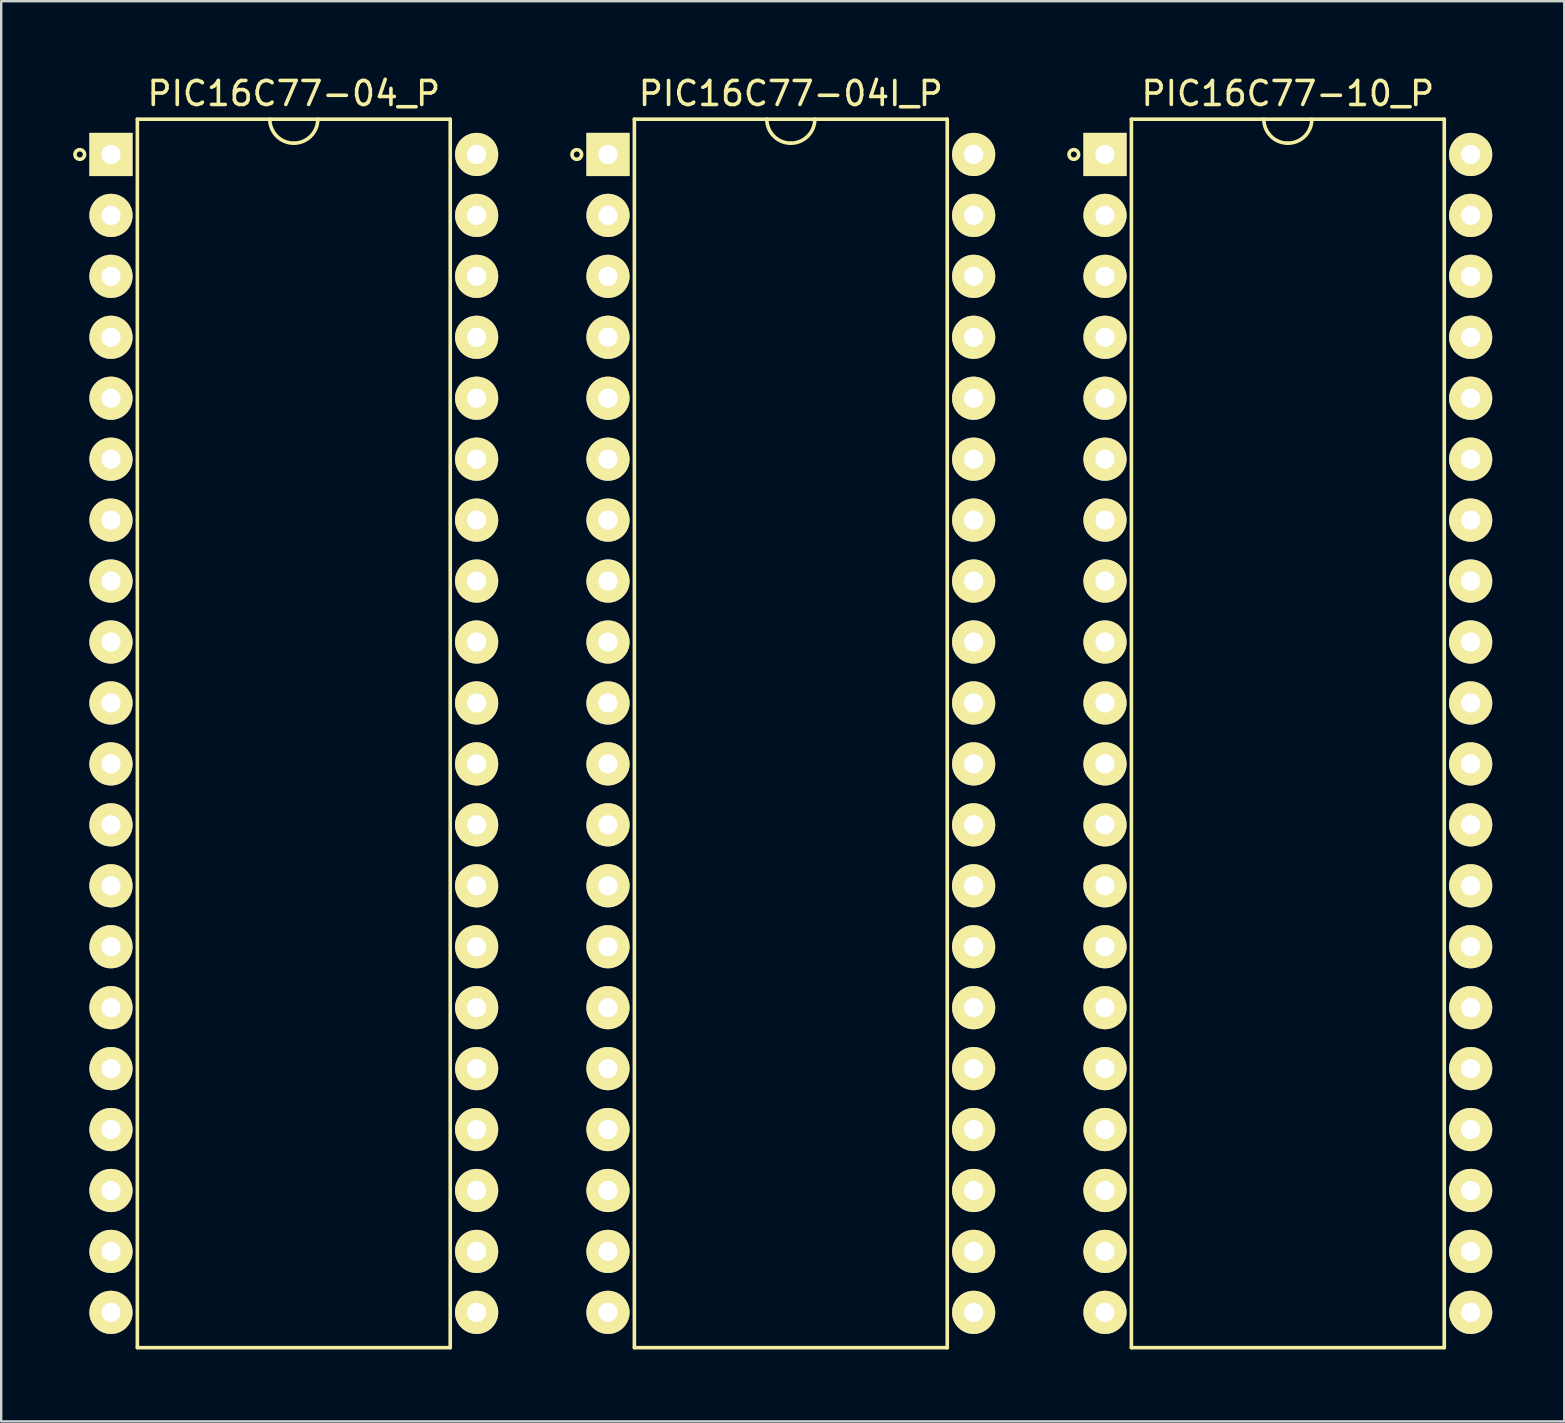
<source format=kicad_pcb>
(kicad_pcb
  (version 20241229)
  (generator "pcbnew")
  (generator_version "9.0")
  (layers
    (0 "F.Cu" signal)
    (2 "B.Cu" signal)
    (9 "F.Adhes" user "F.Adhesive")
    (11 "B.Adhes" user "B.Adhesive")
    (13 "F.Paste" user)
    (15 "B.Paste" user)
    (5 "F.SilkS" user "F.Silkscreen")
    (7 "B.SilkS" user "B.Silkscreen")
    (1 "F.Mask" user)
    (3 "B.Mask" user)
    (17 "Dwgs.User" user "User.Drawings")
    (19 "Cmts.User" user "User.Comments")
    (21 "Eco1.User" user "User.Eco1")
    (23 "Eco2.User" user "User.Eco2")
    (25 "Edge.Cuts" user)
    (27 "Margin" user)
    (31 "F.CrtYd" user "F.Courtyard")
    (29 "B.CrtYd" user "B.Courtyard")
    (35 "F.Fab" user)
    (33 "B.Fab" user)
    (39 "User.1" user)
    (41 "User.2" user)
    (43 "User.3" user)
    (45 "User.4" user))
  (footprint "PIC16C77-04_P"
    (layer "F.Cu")
    (at 1.575 3.388)
    (property "Reference" "PIC16C77-04_P" (at 7.62 -2.54 0) (layer "F.SilkS") (effects (font (size 1 1) (thickness 0.15))))
    (attr through_hole)
    (fp_line (start 1.1 -1.47) (end 14.14 -1.47) (stroke (width 0.15) (type solid)) (layer "F.SilkS"))
    (fp_line (start 1.1 49.73) (end 1.1 -1.47) (stroke (width 0.15) (type solid)) (layer "F.SilkS"))
    (fp_line (start 14.14 -1.47) (end 14.14 49.73) (stroke (width 0.15) (type solid)) (layer "F.SilkS"))
    (fp_line (start 14.14 49.73) (end 1.1 49.73) (stroke (width 0.15) (type solid)) (layer "F.SilkS"))
    (fp_arc (start 7.62 -0.47) (mid 6.912893 -0.762893) (end 6.62 -1.47) (stroke (width 0.15) (type solid)) (layer "F.SilkS"))
    (fp_arc (start 8.62 -1.47) (mid 8.327107 -0.762893) (end 7.62 -0.47) (stroke (width 0.15) (type solid)) (layer "F.SilkS"))
    (fp_circle (center -1.3 0) (end -1.3 0.2) (stroke (width 0.15) (type solid)) (fill no) (layer "F.SilkS"))
    (pad "1" thru_hole rect (at 0 0) (size 1.8 1.8) (drill 0.8) (layers "*.Cu" "*.Mask" "F.SilkS"))
    (pad "2" thru_hole circle (at 0 2.54) (size 1.8 1.8) (drill 0.8) (layers "*.Cu" "*.Mask" "F.SilkS"))
    (pad "3" thru_hole circle (at 0 5.08) (size 1.8 1.8) (drill 0.8) (layers "*.Cu" "*.Mask" "F.SilkS"))
    (pad "4" thru_hole circle (at 0 7.62) (size 1.8 1.8) (drill 0.8) (layers "*.Cu" "*.Mask" "F.SilkS"))
    (pad "5" thru_hole circle (at 0 10.16) (size 1.8 1.8) (drill 0.8) (layers "*.Cu" "*.Mask" "F.SilkS"))
    (pad "6" thru_hole circle (at 0 12.7) (size 1.8 1.8) (drill 0.8) (layers "*.Cu" "*.Mask" "F.SilkS"))
    (pad "7" thru_hole circle (at 0 15.24) (size 1.8 1.8) (drill 0.8) (layers "*.Cu" "*.Mask" "F.SilkS"))
    (pad "8" thru_hole circle (at 0 17.78) (size 1.8 1.8) (drill 0.8) (layers "*.Cu" "*.Mask" "F.SilkS"))
    (pad "9" thru_hole circle (at 0 20.32) (size 1.8 1.8) (drill 0.8) (layers "*.Cu" "*.Mask" "F.SilkS"))
    (pad "10" thru_hole circle (at 0 22.86) (size 1.8 1.8) (drill 0.8) (layers "*.Cu" "*.Mask" "F.SilkS"))
    (pad "11" thru_hole circle (at 0 25.4) (size 1.8 1.8) (drill 0.8) (layers "*.Cu" "*.Mask" "F.SilkS"))
    (pad "12" thru_hole circle (at 0 27.94) (size 1.8 1.8) (drill 0.8) (layers "*.Cu" "*.Mask" "F.SilkS"))
    (pad "13" thru_hole circle (at 0 30.48) (size 1.8 1.8) (drill 0.8) (layers "*.Cu" "*.Mask" "F.SilkS"))
    (pad "14" thru_hole circle (at 0 33.02) (size 1.8 1.8) (drill 0.8) (layers "*.Cu" "*.Mask" "F.SilkS"))
    (pad "15" thru_hole circle (at 0 35.56) (size 1.8 1.8) (drill 0.8) (layers "*.Cu" "*.Mask" "F.SilkS"))
    (pad "16" thru_hole circle (at 0 38.1) (size 1.8 1.8) (drill 0.8) (layers "*.Cu" "*.Mask" "F.SilkS"))
    (pad "17" thru_hole circle (at 0 40.64) (size 1.8 1.8) (drill 0.8) (layers "*.Cu" "*.Mask" "F.SilkS"))
    (pad "18" thru_hole circle (at 0 43.18) (size 1.8 1.8) (drill 0.8) (layers "*.Cu" "*.Mask" "F.SilkS"))
    (pad "19" thru_hole circle (at 0 45.72) (size 1.8 1.8) (drill 0.8) (layers "*.Cu" "*.Mask" "F.SilkS"))
    (pad "20" thru_hole circle (at 0 48.26) (size 1.8 1.8) (drill 0.8) (layers "*.Cu" "*.Mask" "F.SilkS"))
    (pad "21" thru_hole circle (at 15.24 48.26) (size 1.8 1.8) (drill 0.8) (layers "*.Cu" "*.Mask" "F.SilkS"))
    (pad "22" thru_hole circle (at 15.24 45.72) (size 1.8 1.8) (drill 0.8) (layers "*.Cu" "*.Mask" "F.SilkS"))
    (pad "23" thru_hole circle (at 15.24 43.18) (size 1.8 1.8) (drill 0.8) (layers "*.Cu" "*.Mask" "F.SilkS"))
    (pad "24" thru_hole circle (at 15.24 40.64) (size 1.8 1.8) (drill 0.8) (layers "*.Cu" "*.Mask" "F.SilkS"))
    (pad "25" thru_hole circle (at 15.24 38.1) (size 1.8 1.8) (drill 0.8) (layers "*.Cu" "*.Mask" "F.SilkS"))
    (pad "26" thru_hole circle (at 15.24 35.56) (size 1.8 1.8) (drill 0.8) (layers "*.Cu" "*.Mask" "F.SilkS"))
    (pad "27" thru_hole circle (at 15.24 33.02) (size 1.8 1.8) (drill 0.8) (layers "*.Cu" "*.Mask" "F.SilkS"))
    (pad "28" thru_hole circle (at 15.24 30.48) (size 1.8 1.8) (drill 0.8) (layers "*.Cu" "*.Mask" "F.SilkS"))
    (pad "29" thru_hole circle (at 15.24 27.94) (size 1.8 1.8) (drill 0.8) (layers "*.Cu" "*.Mask" "F.SilkS"))
    (pad "30" thru_hole circle (at 15.24 25.4) (size 1.8 1.8) (drill 0.8) (layers "*.Cu" "*.Mask" "F.SilkS"))
    (pad "31" thru_hole circle (at 15.24 22.86) (size 1.8 1.8) (drill 0.8) (layers "*.Cu" "*.Mask" "F.SilkS"))
    (pad "32" thru_hole circle (at 15.24 20.32) (size 1.8 1.8) (drill 0.8) (layers "*.Cu" "*.Mask" "F.SilkS"))
    (pad "33" thru_hole circle (at 15.24 17.78) (size 1.8 1.8) (drill 0.8) (layers "*.Cu" "*.Mask" "F.SilkS"))
    (pad "34" thru_hole circle (at 15.24 15.24) (size 1.8 1.8) (drill 0.8) (layers "*.Cu" "*.Mask" "F.SilkS"))
    (pad "35" thru_hole circle (at 15.24 12.7) (size 1.8 1.8) (drill 0.8) (layers "*.Cu" "*.Mask" "F.SilkS"))
    (pad "36" thru_hole circle (at 15.24 10.16) (size 1.8 1.8) (drill 0.8) (layers "*.Cu" "*.Mask" "F.SilkS"))
    (pad "37" thru_hole circle (at 15.24 7.62) (size 1.8 1.8) (drill 0.8) (layers "*.Cu" "*.Mask" "F.SilkS"))
    (pad "38" thru_hole circle (at 15.24 5.08) (size 1.8 1.8) (drill 0.8) (layers "*.Cu" "*.Mask" "F.SilkS"))
    (pad "39" thru_hole circle (at 15.24 2.54) (size 1.8 1.8) (drill 0.8) (layers "*.Cu" "*.Mask" "F.SilkS"))
    (pad "40" thru_hole circle (at 15.24 0) (size 1.8 1.8) (drill 0.8) (layers "*.Cu" "*.Mask" "F.SilkS")))
  (footprint "PIC16C77-10_P"
    (layer "F.Cu")
    (at 43.005 3.388)
    (property "Reference" "PIC16C77-10_P" (at 7.62 -2.54 0) (layer "F.SilkS") (effects (font (size 1 1) (thickness 0.15))))
    (attr through_hole)
    (fp_line (start 1.1 -1.47) (end 14.14 -1.47) (stroke (width 0.15) (type solid)) (layer "F.SilkS"))
    (fp_line (start 1.1 49.73) (end 1.1 -1.47) (stroke (width 0.15) (type solid)) (layer "F.SilkS"))
    (fp_line (start 14.14 -1.47) (end 14.14 49.73) (stroke (width 0.15) (type solid)) (layer "F.SilkS"))
    (fp_line (start 14.14 49.73) (end 1.1 49.73) (stroke (width 0.15) (type solid)) (layer "F.SilkS"))
    (fp_arc (start 7.62 -0.47) (mid 6.912893 -0.762893) (end 6.62 -1.47) (stroke (width 0.15) (type solid)) (layer "F.SilkS"))
    (fp_arc (start 8.62 -1.47) (mid 8.327107 -0.762893) (end 7.62 -0.47) (stroke (width 0.15) (type solid)) (layer "F.SilkS"))
    (fp_circle (center -1.3 0) (end -1.3 0.2) (stroke (width 0.15) (type solid)) (fill no) (layer "F.SilkS"))
    (pad "1" thru_hole rect (at 0 0) (size 1.8 1.8) (drill 0.8) (layers "*.Cu" "*.Mask" "F.SilkS"))
    (pad "2" thru_hole circle (at 0 2.54) (size 1.8 1.8) (drill 0.8) (layers "*.Cu" "*.Mask" "F.SilkS"))
    (pad "3" thru_hole circle (at 0 5.08) (size 1.8 1.8) (drill 0.8) (layers "*.Cu" "*.Mask" "F.SilkS"))
    (pad "4" thru_hole circle (at 0 7.62) (size 1.8 1.8) (drill 0.8) (layers "*.Cu" "*.Mask" "F.SilkS"))
    (pad "5" thru_hole circle (at 0 10.16) (size 1.8 1.8) (drill 0.8) (layers "*.Cu" "*.Mask" "F.SilkS"))
    (pad "6" thru_hole circle (at 0 12.7) (size 1.8 1.8) (drill 0.8) (layers "*.Cu" "*.Mask" "F.SilkS"))
    (pad "7" thru_hole circle (at 0 15.24) (size 1.8 1.8) (drill 0.8) (layers "*.Cu" "*.Mask" "F.SilkS"))
    (pad "8" thru_hole circle (at 0 17.78) (size 1.8 1.8) (drill 0.8) (layers "*.Cu" "*.Mask" "F.SilkS"))
    (pad "9" thru_hole circle (at 0 20.32) (size 1.8 1.8) (drill 0.8) (layers "*.Cu" "*.Mask" "F.SilkS"))
    (pad "10" thru_hole circle (at 0 22.86) (size 1.8 1.8) (drill 0.8) (layers "*.Cu" "*.Mask" "F.SilkS"))
    (pad "11" thru_hole circle (at 0 25.4) (size 1.8 1.8) (drill 0.8) (layers "*.Cu" "*.Mask" "F.SilkS"))
    (pad "12" thru_hole circle (at 0 27.94) (size 1.8 1.8) (drill 0.8) (layers "*.Cu" "*.Mask" "F.SilkS"))
    (pad "13" thru_hole circle (at 0 30.48) (size 1.8 1.8) (drill 0.8) (layers "*.Cu" "*.Mask" "F.SilkS"))
    (pad "14" thru_hole circle (at 0 33.02) (size 1.8 1.8) (drill 0.8) (layers "*.Cu" "*.Mask" "F.SilkS"))
    (pad "15" thru_hole circle (at 0 35.56) (size 1.8 1.8) (drill 0.8) (layers "*.Cu" "*.Mask" "F.SilkS"))
    (pad "16" thru_hole circle (at 0 38.1) (size 1.8 1.8) (drill 0.8) (layers "*.Cu" "*.Mask" "F.SilkS"))
    (pad "17" thru_hole circle (at 0 40.64) (size 1.8 1.8) (drill 0.8) (layers "*.Cu" "*.Mask" "F.SilkS"))
    (pad "18" thru_hole circle (at 0 43.18) (size 1.8 1.8) (drill 0.8) (layers "*.Cu" "*.Mask" "F.SilkS"))
    (pad "19" thru_hole circle (at 0 45.72) (size 1.8 1.8) (drill 0.8) (layers "*.Cu" "*.Mask" "F.SilkS"))
    (pad "20" thru_hole circle (at 0 48.26) (size 1.8 1.8) (drill 0.8) (layers "*.Cu" "*.Mask" "F.SilkS"))
    (pad "21" thru_hole circle (at 15.24 48.26) (size 1.8 1.8) (drill 0.8) (layers "*.Cu" "*.Mask" "F.SilkS"))
    (pad "22" thru_hole circle (at 15.24 45.72) (size 1.8 1.8) (drill 0.8) (layers "*.Cu" "*.Mask" "F.SilkS"))
    (pad "23" thru_hole circle (at 15.24 43.18) (size 1.8 1.8) (drill 0.8) (layers "*.Cu" "*.Mask" "F.SilkS"))
    (pad "24" thru_hole circle (at 15.24 40.64) (size 1.8 1.8) (drill 0.8) (layers "*.Cu" "*.Mask" "F.SilkS"))
    (pad "25" thru_hole circle (at 15.24 38.1) (size 1.8 1.8) (drill 0.8) (layers "*.Cu" "*.Mask" "F.SilkS"))
    (pad "26" thru_hole circle (at 15.24 35.56) (size 1.8 1.8) (drill 0.8) (layers "*.Cu" "*.Mask" "F.SilkS"))
    (pad "27" thru_hole circle (at 15.24 33.02) (size 1.8 1.8) (drill 0.8) (layers "*.Cu" "*.Mask" "F.SilkS"))
    (pad "28" thru_hole circle (at 15.24 30.48) (size 1.8 1.8) (drill 0.8) (layers "*.Cu" "*.Mask" "F.SilkS"))
    (pad "29" thru_hole circle (at 15.24 27.94) (size 1.8 1.8) (drill 0.8) (layers "*.Cu" "*.Mask" "F.SilkS"))
    (pad "30" thru_hole circle (at 15.24 25.4) (size 1.8 1.8) (drill 0.8) (layers "*.Cu" "*.Mask" "F.SilkS"))
    (pad "31" thru_hole circle (at 15.24 22.86) (size 1.8 1.8) (drill 0.8) (layers "*.Cu" "*.Mask" "F.SilkS"))
    (pad "32" thru_hole circle (at 15.24 20.32) (size 1.8 1.8) (drill 0.8) (layers "*.Cu" "*.Mask" "F.SilkS"))
    (pad "33" thru_hole circle (at 15.24 17.78) (size 1.8 1.8) (drill 0.8) (layers "*.Cu" "*.Mask" "F.SilkS"))
    (pad "34" thru_hole circle (at 15.24 15.24) (size 1.8 1.8) (drill 0.8) (layers "*.Cu" "*.Mask" "F.SilkS"))
    (pad "35" thru_hole circle (at 15.24 12.7) (size 1.8 1.8) (drill 0.8) (layers "*.Cu" "*.Mask" "F.SilkS"))
    (pad "36" thru_hole circle (at 15.24 10.16) (size 1.8 1.8) (drill 0.8) (layers "*.Cu" "*.Mask" "F.SilkS"))
    (pad "37" thru_hole circle (at 15.24 7.62) (size 1.8 1.8) (drill 0.8) (layers "*.Cu" "*.Mask" "F.SilkS"))
    (pad "38" thru_hole circle (at 15.24 5.08) (size 1.8 1.8) (drill 0.8) (layers "*.Cu" "*.Mask" "F.SilkS"))
    (pad "39" thru_hole circle (at 15.24 2.54) (size 1.8 1.8) (drill 0.8) (layers "*.Cu" "*.Mask" "F.SilkS"))
    (pad "40" thru_hole circle (at 15.24 0) (size 1.8 1.8) (drill 0.8) (layers "*.Cu" "*.Mask" "F.SilkS")))
  (footprint "PIC16C77-04I_P"
    (layer "F.Cu")
    (at 22.29 3.388)
    (property "Reference" "PIC16C77-04I_P" (at 7.62 -2.54 0) (layer "F.SilkS") (effects (font (size 1 1) (thickness 0.15))))
    (attr through_hole)
    (fp_line (start 1.1 -1.47) (end 14.14 -1.47) (stroke (width 0.15) (type solid)) (layer "F.SilkS"))
    (fp_line (start 1.1 49.73) (end 1.1 -1.47) (stroke (width 0.15) (type solid)) (layer "F.SilkS"))
    (fp_line (start 14.14 -1.47) (end 14.14 49.73) (stroke (width 0.15) (type solid)) (layer "F.SilkS"))
    (fp_line (start 14.14 49.73) (end 1.1 49.73) (stroke (width 0.15) (type solid)) (layer "F.SilkS"))
    (fp_arc (start 7.62 -0.47) (mid 6.912893 -0.762893) (end 6.62 -1.47) (stroke (width 0.15) (type solid)) (layer "F.SilkS"))
    (fp_arc (start 8.62 -1.47) (mid 8.327107 -0.762893) (end 7.62 -0.47) (stroke (width 0.15) (type solid)) (layer "F.SilkS"))
    (fp_circle (center -1.3 0) (end -1.3 0.2) (stroke (width 0.15) (type solid)) (fill no) (layer "F.SilkS"))
    (pad "1" thru_hole rect (at 0 0) (size 1.8 1.8) (drill 0.8) (layers "*.Cu" "*.Mask" "F.SilkS"))
    (pad "2" thru_hole circle (at 0 2.54) (size 1.8 1.8) (drill 0.8) (layers "*.Cu" "*.Mask" "F.SilkS"))
    (pad "3" thru_hole circle (at 0 5.08) (size 1.8 1.8) (drill 0.8) (layers "*.Cu" "*.Mask" "F.SilkS"))
    (pad "4" thru_hole circle (at 0 7.62) (size 1.8 1.8) (drill 0.8) (layers "*.Cu" "*.Mask" "F.SilkS"))
    (pad "5" thru_hole circle (at 0 10.16) (size 1.8 1.8) (drill 0.8) (layers "*.Cu" "*.Mask" "F.SilkS"))
    (pad "6" thru_hole circle (at 0 12.7) (size 1.8 1.8) (drill 0.8) (layers "*.Cu" "*.Mask" "F.SilkS"))
    (pad "7" thru_hole circle (at 0 15.24) (size 1.8 1.8) (drill 0.8) (layers "*.Cu" "*.Mask" "F.SilkS"))
    (pad "8" thru_hole circle (at 0 17.78) (size 1.8 1.8) (drill 0.8) (layers "*.Cu" "*.Mask" "F.SilkS"))
    (pad "9" thru_hole circle (at 0 20.32) (size 1.8 1.8) (drill 0.8) (layers "*.Cu" "*.Mask" "F.SilkS"))
    (pad "10" thru_hole circle (at 0 22.86) (size 1.8 1.8) (drill 0.8) (layers "*.Cu" "*.Mask" "F.SilkS"))
    (pad "11" thru_hole circle (at 0 25.4) (size 1.8 1.8) (drill 0.8) (layers "*.Cu" "*.Mask" "F.SilkS"))
    (pad "12" thru_hole circle (at 0 27.94) (size 1.8 1.8) (drill 0.8) (layers "*.Cu" "*.Mask" "F.SilkS"))
    (pad "13" thru_hole circle (at 0 30.48) (size 1.8 1.8) (drill 0.8) (layers "*.Cu" "*.Mask" "F.SilkS"))
    (pad "14" thru_hole circle (at 0 33.02) (size 1.8 1.8) (drill 0.8) (layers "*.Cu" "*.Mask" "F.SilkS"))
    (pad "15" thru_hole circle (at 0 35.56) (size 1.8 1.8) (drill 0.8) (layers "*.Cu" "*.Mask" "F.SilkS"))
    (pad "16" thru_hole circle (at 0 38.1) (size 1.8 1.8) (drill 0.8) (layers "*.Cu" "*.Mask" "F.SilkS"))
    (pad "17" thru_hole circle (at 0 40.64) (size 1.8 1.8) (drill 0.8) (layers "*.Cu" "*.Mask" "F.SilkS"))
    (pad "18" thru_hole circle (at 0 43.18) (size 1.8 1.8) (drill 0.8) (layers "*.Cu" "*.Mask" "F.SilkS"))
    (pad "19" thru_hole circle (at 0 45.72) (size 1.8 1.8) (drill 0.8) (layers "*.Cu" "*.Mask" "F.SilkS"))
    (pad "20" thru_hole circle (at 0 48.26) (size 1.8 1.8) (drill 0.8) (layers "*.Cu" "*.Mask" "F.SilkS"))
    (pad "21" thru_hole circle (at 15.24 48.26) (size 1.8 1.8) (drill 0.8) (layers "*.Cu" "*.Mask" "F.SilkS"))
    (pad "22" thru_hole circle (at 15.24 45.72) (size 1.8 1.8) (drill 0.8) (layers "*.Cu" "*.Mask" "F.SilkS"))
    (pad "23" thru_hole circle (at 15.24 43.18) (size 1.8 1.8) (drill 0.8) (layers "*.Cu" "*.Mask" "F.SilkS"))
    (pad "24" thru_hole circle (at 15.24 40.64) (size 1.8 1.8) (drill 0.8) (layers "*.Cu" "*.Mask" "F.SilkS"))
    (pad "25" thru_hole circle (at 15.24 38.1) (size 1.8 1.8) (drill 0.8) (layers "*.Cu" "*.Mask" "F.SilkS"))
    (pad "26" thru_hole circle (at 15.24 35.56) (size 1.8 1.8) (drill 0.8) (layers "*.Cu" "*.Mask" "F.SilkS"))
    (pad "27" thru_hole circle (at 15.24 33.02) (size 1.8 1.8) (drill 0.8) (layers "*.Cu" "*.Mask" "F.SilkS"))
    (pad "28" thru_hole circle (at 15.24 30.48) (size 1.8 1.8) (drill 0.8) (layers "*.Cu" "*.Mask" "F.SilkS"))
    (pad "29" thru_hole circle (at 15.24 27.94) (size 1.8 1.8) (drill 0.8) (layers "*.Cu" "*.Mask" "F.SilkS"))
    (pad "30" thru_hole circle (at 15.24 25.4) (size 1.8 1.8) (drill 0.8) (layers "*.Cu" "*.Mask" "F.SilkS"))
    (pad "31" thru_hole circle (at 15.24 22.86) (size 1.8 1.8) (drill 0.8) (layers "*.Cu" "*.Mask" "F.SilkS"))
    (pad "32" thru_hole circle (at 15.24 20.32) (size 1.8 1.8) (drill 0.8) (layers "*.Cu" "*.Mask" "F.SilkS"))
    (pad "33" thru_hole circle (at 15.24 17.78) (size 1.8 1.8) (drill 0.8) (layers "*.Cu" "*.Mask" "F.SilkS"))
    (pad "34" thru_hole circle (at 15.24 15.24) (size 1.8 1.8) (drill 0.8) (layers "*.Cu" "*.Mask" "F.SilkS"))
    (pad "35" thru_hole circle (at 15.24 12.7) (size 1.8 1.8) (drill 0.8) (layers "*.Cu" "*.Mask" "F.SilkS"))
    (pad "36" thru_hole circle (at 15.24 10.16) (size 1.8 1.8) (drill 0.8) (layers "*.Cu" "*.Mask" "F.SilkS"))
    (pad "37" thru_hole circle (at 15.24 7.62) (size 1.8 1.8) (drill 0.8) (layers "*.Cu" "*.Mask" "F.SilkS"))
    (pad "38" thru_hole circle (at 15.24 5.08) (size 1.8 1.8) (drill 0.8) (layers "*.Cu" "*.Mask" "F.SilkS"))
    (pad "39" thru_hole circle (at 15.24 2.54) (size 1.8 1.8) (drill 0.8) (layers "*.Cu" "*.Mask" "F.SilkS"))
    (pad "40" thru_hole circle (at 15.24 0) (size 1.8 1.8) (drill 0.8) (layers "*.Cu" "*.Mask" "F.SilkS")))
  (gr_rect
    (start -3 -3)
    (end 62.145 56.193)
    (stroke (width 0.1) (type default))
    (fill no)
    (layer "Edge.Cuts")))
</source>
